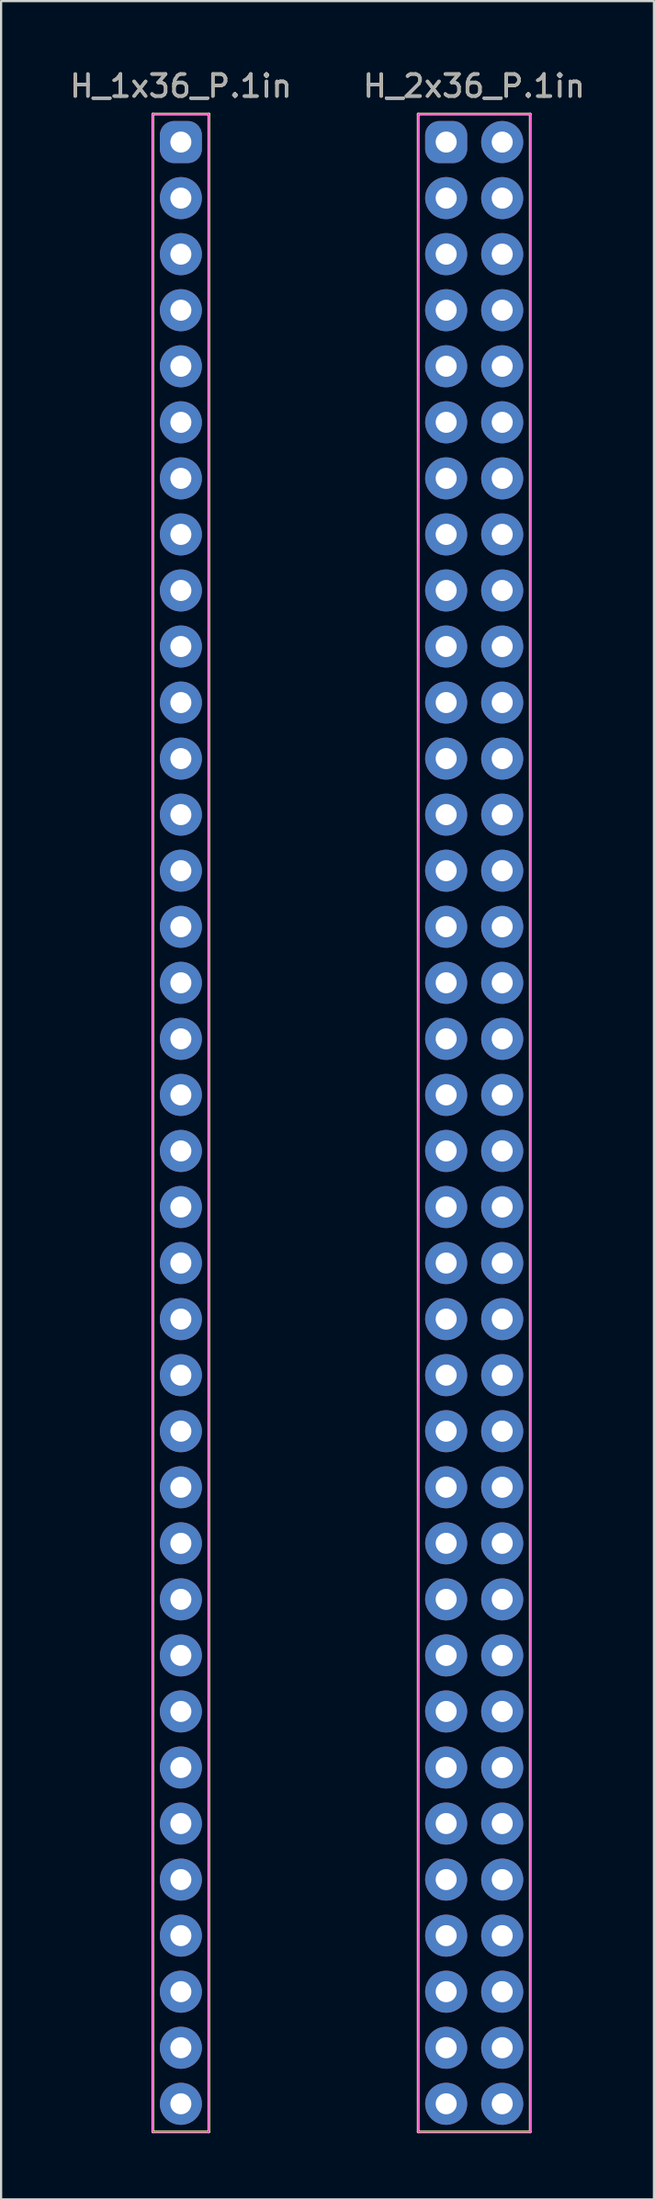
<source format=kicad_pcb>
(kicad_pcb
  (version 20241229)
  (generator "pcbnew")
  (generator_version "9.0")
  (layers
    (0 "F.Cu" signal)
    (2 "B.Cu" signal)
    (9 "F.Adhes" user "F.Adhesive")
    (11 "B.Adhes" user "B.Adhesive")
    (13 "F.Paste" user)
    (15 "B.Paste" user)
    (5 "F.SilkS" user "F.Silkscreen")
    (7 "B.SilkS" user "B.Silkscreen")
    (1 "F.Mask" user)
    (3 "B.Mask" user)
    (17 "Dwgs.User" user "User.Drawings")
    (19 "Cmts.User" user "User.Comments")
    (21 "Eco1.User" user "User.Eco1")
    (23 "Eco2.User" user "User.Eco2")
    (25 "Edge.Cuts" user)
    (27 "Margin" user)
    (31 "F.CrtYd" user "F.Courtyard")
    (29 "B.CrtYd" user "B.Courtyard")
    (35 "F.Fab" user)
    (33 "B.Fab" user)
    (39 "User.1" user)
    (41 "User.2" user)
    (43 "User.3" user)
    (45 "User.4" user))
  (footprint "H_1x36_P.1in"
    (layer "F.Cu")
    (at 5.149 3.388)
    (property "Reference" "H_1x36_P.1in" (at 0 -2.54 0) (layer "F.SilkS") (effects (font (size 1 1) (thickness 0.15))))
    (attr through_hole)
    (fp_line (start -1.27 -1.27) (end 1.27 -1.27) (stroke (width 0.12) (type solid)) (layer "F.SilkS"))
    (fp_line (start -1.27 90.17) (end -1.27 -1.27) (stroke (width 0.12) (type solid)) (layer "F.SilkS"))
    (fp_line (start -1.27 90.17) (end 1.27 90.17) (stroke (width 0.12) (type solid)) (layer "F.SilkS"))
    (fp_line (start 1.27 90.17) (end 1.27 -1.27) (stroke (width 0.12) (type solid)) (layer "F.SilkS"))
    (fp_line (start -1.27 -1.27) (end 1.27 -1.27) (stroke (width 0.05) (type solid)) (layer "F.CrtYd"))
    (fp_line (start -1.27 90.17) (end -1.27 -1.27) (stroke (width 0.05) (type solid)) (layer "F.CrtYd"))
    (fp_line (start -1.27 90.17) (end 1.27 90.17) (stroke (width 0.05) (type solid)) (layer "F.CrtYd"))
    (fp_line (start 1.27 -1.27) (end 1.27 90.17) (stroke (width 0.05) (type solid)) (layer "F.CrtYd"))
    (fp_text user "${REFERENCE}" (at 0 -2.54 180) (layer "F.Fab") (effects (font (size 1 1) (thickness 0.15))))
    (pad "1" thru_hole roundrect (at 0 0 270) (size 1.905 1.905) (drill 0.953) (layers "*.Cu" "*.Mask") (roundrect_rratio 0.333))
    (pad "2" thru_hole circle (at 0 2.54 270) (size 1.905 1.905) (drill 0.953) (layers "*.Cu" "*.Mask"))
    (pad "3" thru_hole circle (at 0 5.08 270) (size 1.905 1.905) (drill 0.953) (layers "*.Cu" "*.Mask"))
    (pad "4" thru_hole circle (at 0 7.62 270) (size 1.905 1.905) (drill 0.953) (layers "*.Cu" "*.Mask"))
    (pad "5" thru_hole circle (at 0 10.16 270) (size 1.905 1.905) (drill 0.953) (layers "*.Cu" "*.Mask"))
    (pad "6" thru_hole circle (at 0 12.7 270) (size 1.905 1.905) (drill 0.953) (layers "*.Cu" "*.Mask"))
    (pad "7" thru_hole circle (at 0 15.24 270) (size 1.905 1.905) (drill 0.953) (layers "*.Cu" "*.Mask"))
    (pad "8" thru_hole circle (at 0 17.78 270) (size 1.905 1.905) (drill 0.953) (layers "*.Cu" "*.Mask"))
    (pad "9" thru_hole circle (at 0 20.32 270) (size 1.905 1.905) (drill 0.953) (layers "*.Cu" "*.Mask"))
    (pad "10" thru_hole circle (at 0 22.86 270) (size 1.905 1.905) (drill 0.953) (layers "*.Cu" "*.Mask"))
    (pad "11" thru_hole circle (at 0 25.4 270) (size 1.905 1.905) (drill 0.953) (layers "*.Cu" "*.Mask"))
    (pad "12" thru_hole circle (at 0 27.94 270) (size 1.905 1.905) (drill 0.953) (layers "*.Cu" "*.Mask"))
    (pad "13" thru_hole circle (at 0 30.48 270) (size 1.905 1.905) (drill 0.953) (layers "*.Cu" "*.Mask"))
    (pad "14" thru_hole circle (at 0 33.02 270) (size 1.905 1.905) (drill 0.953) (layers "*.Cu" "*.Mask"))
    (pad "15" thru_hole circle (at 0 35.56 270) (size 1.905 1.905) (drill 0.953) (layers "*.Cu" "*.Mask"))
    (pad "16" thru_hole circle (at 0 38.1 270) (size 1.905 1.905) (drill 0.953) (layers "*.Cu" "*.Mask"))
    (pad "17" thru_hole circle (at 0 40.64 270) (size 1.905 1.905) (drill 0.953) (layers "*.Cu" "*.Mask"))
    (pad "18" thru_hole circle (at 0 43.18 270) (size 1.905 1.905) (drill 0.953) (layers "*.Cu" "*.Mask"))
    (pad "19" thru_hole circle (at 0 45.72 270) (size 1.905 1.905) (drill 0.953) (layers "*.Cu" "*.Mask"))
    (pad "20" thru_hole circle (at 0 48.26 270) (size 1.905 1.905) (drill 0.953) (layers "*.Cu" "*.Mask"))
    (pad "21" thru_hole circle (at 0 50.8 270) (size 1.905 1.905) (drill 0.953) (layers "*.Cu" "*.Mask"))
    (pad "22" thru_hole circle (at 0 53.34 270) (size 1.905 1.905) (drill 0.953) (layers "*.Cu" "*.Mask"))
    (pad "23" thru_hole circle (at 0 55.88 270) (size 1.905 1.905) (drill 0.953) (layers "*.Cu" "*.Mask"))
    (pad "24" thru_hole circle (at 0 58.42 270) (size 1.905 1.905) (drill 0.953) (layers "*.Cu" "*.Mask"))
    (pad "25" thru_hole circle (at 0 60.96 270) (size 1.905 1.905) (drill 0.953) (layers "*.Cu" "*.Mask"))
    (pad "26" thru_hole circle (at 0 63.5 270) (size 1.905 1.905) (drill 0.953) (layers "*.Cu" "*.Mask"))
    (pad "27" thru_hole circle (at 0 66.04 270) (size 1.905 1.905) (drill 0.953) (layers "*.Cu" "*.Mask"))
    (pad "28" thru_hole circle (at 0 68.58 270) (size 1.905 1.905) (drill 0.953) (layers "*.Cu" "*.Mask"))
    (pad "29" thru_hole circle (at 0 71.12 270) (size 1.905 1.905) (drill 0.953) (layers "*.Cu" "*.Mask"))
    (pad "30" thru_hole circle (at 0 73.66 270) (size 1.905 1.905) (drill 0.953) (layers "*.Cu" "*.Mask"))
    (pad "31" thru_hole circle (at 0 76.2 270) (size 1.905 1.905) (drill 0.953) (layers "*.Cu" "*.Mask"))
    (pad "32" thru_hole circle (at 0 78.74 270) (size 1.905 1.905) (drill 0.953) (layers "*.Cu" "*.Mask"))
    (pad "33" thru_hole circle (at 0 81.28 270) (size 1.905 1.905) (drill 0.953) (layers "*.Cu" "B.Mask"))
    (pad "34" thru_hole circle (at 0 83.82 270) (size 1.905 1.905) (drill 0.953) (layers "*.Cu" "*.Mask"))
    (pad "35" thru_hole circle (at 0 86.36 270) (size 1.905 1.905) (drill 0.953) (layers "*.Cu" "*.Mask"))
    (pad "36" thru_hole circle (at 0 88.9 270) (size 1.905 1.905) (drill 0.953) (layers "*.Cu" "*.Mask")))
  (footprint "H_2x36_P.1in"
    (layer "F.Cu")
    (at 17.176 3.388)
    (property "Reference" "H_2x36_P.1in" (at 1.27 -2.54 0) (layer "F.SilkS") (effects (font (size 1 1) (thickness 0.15))))
    (attr through_hole)
    (fp_line (start -1.27 -1.27) (end 3.81 -1.27) (stroke (width 0.12) (type solid)) (layer "F.SilkS"))
    (fp_line (start -1.27 90.17) (end -1.27 -1.27) (stroke (width 0.12) (type solid)) (layer "F.SilkS"))
    (fp_line (start -1.27 90.17) (end 3.81 90.17) (stroke (width 0.12) (type solid)) (layer "F.SilkS"))
    (fp_line (start 3.81 90.17) (end 3.81 -1.27) (stroke (width 0.12) (type solid)) (layer "F.SilkS"))
    (fp_line (start -1.27 -1.27) (end 3.81 -1.27) (stroke (width 0.05) (type solid)) (layer "F.CrtYd"))
    (fp_line (start -1.27 90.17) (end -1.27 -1.27) (stroke (width 0.05) (type solid)) (layer "F.CrtYd"))
    (fp_line (start -1.27 90.17) (end 3.81 90.17) (stroke (width 0.05) (type solid)) (layer "F.CrtYd"))
    (fp_line (start 3.81 -1.27) (end 3.81 90.17) (stroke (width 0.05) (type solid)) (layer "F.CrtYd"))
    (fp_text user "${REFERENCE}" (at 1.27 -2.54 180) (layer "F.Fab") (effects (font (size 1 1) (thickness 0.15))))
    (pad "1" thru_hole roundrect (at 0 0 270) (size 1.905 1.905) (drill 0.953) (layers "*.Cu" "*.Mask") (roundrect_rratio 0.333))
    (pad "2" thru_hole circle (at 0 2.54 270) (size 1.905 1.905) (drill 0.953) (layers "*.Cu" "*.Mask"))
    (pad "3" thru_hole circle (at 0 5.08 270) (size 1.905 1.905) (drill 0.953) (layers "*.Cu" "*.Mask"))
    (pad "4" thru_hole circle (at 0 7.62 270) (size 1.905 1.905) (drill 0.953) (layers "*.Cu" "*.Mask"))
    (pad "5" thru_hole circle (at 0 10.16 270) (size 1.905 1.905) (drill 0.953) (layers "*.Cu" "*.Mask"))
    (pad "6" thru_hole circle (at 0 12.7 270) (size 1.905 1.905) (drill 0.953) (layers "*.Cu" "*.Mask"))
    (pad "7" thru_hole circle (at 0 15.24 270) (size 1.905 1.905) (drill 0.953) (layers "*.Cu" "*.Mask"))
    (pad "8" thru_hole circle (at 0 17.78 270) (size 1.905 1.905) (drill 0.953) (layers "*.Cu" "*.Mask"))
    (pad "9" thru_hole circle (at 0 20.32 270) (size 1.905 1.905) (drill 0.953) (layers "*.Cu" "*.Mask"))
    (pad "10" thru_hole circle (at 0 22.86 270) (size 1.905 1.905) (drill 0.953) (layers "*.Cu" "*.Mask"))
    (pad "11" thru_hole circle (at 0 25.4 270) (size 1.905 1.905) (drill 0.953) (layers "*.Cu" "*.Mask"))
    (pad "12" thru_hole circle (at 0 27.94 270) (size 1.905 1.905) (drill 0.953) (layers "*.Cu" "*.Mask"))
    (pad "13" thru_hole circle (at 0 30.48 270) (size 1.905 1.905) (drill 0.953) (layers "*.Cu" "*.Mask"))
    (pad "14" thru_hole circle (at 0 33.02 270) (size 1.905 1.905) (drill 0.953) (layers "*.Cu" "*.Mask"))
    (pad "15" thru_hole circle (at 0 35.56 270) (size 1.905 1.905) (drill 0.953) (layers "*.Cu" "*.Mask"))
    (pad "16" thru_hole circle (at 0 38.1 270) (size 1.905 1.905) (drill 0.953) (layers "*.Cu" "*.Mask"))
    (pad "17" thru_hole circle (at 0 40.64 270) (size 1.905 1.905) (drill 0.953) (layers "*.Cu" "*.Mask"))
    (pad "18" thru_hole circle (at 0 43.18 270) (size 1.905 1.905) (drill 0.953) (layers "*.Cu" "*.Mask"))
    (pad "19" thru_hole circle (at 0 45.72 270) (size 1.905 1.905) (drill 0.953) (layers "*.Cu" "*.Mask"))
    (pad "20" thru_hole circle (at 0 48.26 270) (size 1.905 1.905) (drill 0.953) (layers "*.Cu" "*.Mask"))
    (pad "21" thru_hole circle (at 0 50.8 270) (size 1.905 1.905) (drill 0.953) (layers "*.Cu" "*.Mask"))
    (pad "22" thru_hole circle (at 0 53.34 270) (size 1.905 1.905) (drill 0.953) (layers "*.Cu" "*.Mask"))
    (pad "23" thru_hole circle (at 0 55.88 270) (size 1.905 1.905) (drill 0.953) (layers "*.Cu" "*.Mask"))
    (pad "24" thru_hole circle (at 0 58.42 270) (size 1.905 1.905) (drill 0.953) (layers "*.Cu" "*.Mask"))
    (pad "25" thru_hole circle (at 0 60.96 270) (size 1.905 1.905) (drill 0.953) (layers "*.Cu" "*.Mask"))
    (pad "26" thru_hole circle (at 0 63.5 270) (size 1.905 1.905) (drill 0.953) (layers "*.Cu" "*.Mask"))
    (pad "27" thru_hole circle (at 0 66.04 270) (size 1.905 1.905) (drill 0.953) (layers "*.Cu" "*.Mask"))
    (pad "28" thru_hole circle (at 0 68.58 270) (size 1.905 1.905) (drill 0.953) (layers "*.Cu" "*.Mask"))
    (pad "29" thru_hole circle (at 0 71.12 270) (size 1.905 1.905) (drill 0.953) (layers "*.Cu" "*.Mask"))
    (pad "30" thru_hole circle (at 0 73.66 270) (size 1.905 1.905) (drill 0.953) (layers "*.Cu" "*.Mask"))
    (pad "31" thru_hole circle (at 0 76.2 270) (size 1.905 1.905) (drill 0.953) (layers "*.Cu" "*.Mask"))
    (pad "32" thru_hole circle (at 0 78.74 270) (size 1.905 1.905) (drill 0.953) (layers "*.Cu" "*.Mask"))
    (pad "33" thru_hole circle (at 0 81.28 270) (size 1.905 1.905) (drill 0.953) (layers "*.Cu" "B.Mask"))
    (pad "34" thru_hole circle (at 0 83.82 270) (size 1.905 1.905) (drill 0.953) (layers "*.Cu" "*.Mask"))
    (pad "35" thru_hole circle (at 0 86.36 270) (size 1.905 1.905) (drill 0.953) (layers "*.Cu" "*.Mask"))
    (pad "36" thru_hole circle (at 0 88.9 270) (size 1.905 1.905) (drill 0.953) (layers "*.Cu" "*.Mask"))
    (pad "37" thru_hole circle (at 2.54 88.9 90) (size 1.905 1.905) (drill 0.953) (layers "*.Cu" "*.Mask"))
    (pad "38" thru_hole circle (at 2.54 86.36 90) (size 1.905 1.905) (drill 0.953) (layers "*.Cu" "*.Mask"))
    (pad "39" thru_hole circle (at 2.54 83.82 90) (size 1.905 1.905) (drill 0.953) (layers "*.Cu" "B.Mask"))
    (pad "40" thru_hole circle (at 2.54 81.28 90) (size 1.905 1.905) (drill 0.953) (layers "*.Cu" "*.Mask"))
    (pad "41" thru_hole circle (at 2.54 78.74 90) (size 1.905 1.905) (drill 0.953) (layers "*.Cu" "*.Mask"))
    (pad "42" thru_hole circle (at 2.54 76.2 90) (size 1.905 1.905) (drill 0.953) (layers "*.Cu" "*.Mask"))
    (pad "43" thru_hole circle (at 2.54 73.66 90) (size 1.905 1.905) (drill 0.953) (layers "*.Cu" "*.Mask"))
    (pad "44" thru_hole circle (at 2.54 71.12 90) (size 1.905 1.905) (drill 0.953) (layers "*.Cu" "*.Mask"))
    (pad "45" thru_hole circle (at 2.54 68.58 90) (size 1.905 1.905) (drill 0.953) (layers "*.Cu" "B.Mask"))
    (pad "46" thru_hole circle (at 2.54 66.04 90) (size 1.905 1.905) (drill 0.953) (layers "*.Cu" "*.Mask"))
    (pad "47" thru_hole circle (at 2.54 63.5 90) (size 1.905 1.905) (drill 0.953) (layers "*.Cu" "*.Mask"))
    (pad "48" thru_hole circle (at 2.54 60.96 90) (size 1.905 1.905) (drill 0.953) (layers "*.Cu" "*.Mask"))
    (pad "49" thru_hole circle (at 2.54 58.42 90) (size 1.905 1.905) (drill 0.953) (layers "*.Cu" "*.Mask"))
    (pad "50" thru_hole circle (at 2.54 55.88 90) (size 1.905 1.905) (drill 0.953) (layers "*.Cu" "*.Mask"))
    (pad "51" thru_hole circle (at 2.54 53.34 90) (size 1.905 1.905) (drill 0.953) (layers "*.Cu" "B.Mask"))
    (pad "52" thru_hole circle (at 2.54 50.8 90) (size 1.905 1.905) (drill 0.953) (layers "*.Cu" "B.Mask"))
    (pad "53" thru_hole circle (at 2.54 48.26 90) (size 1.905 1.905) (drill 0.953) (layers "*.Cu" "B.Mask"))
    (pad "54" thru_hole circle (at 2.54 45.72 270) (size 1.905 1.905) (drill 0.953) (layers "*.Cu" "*.Mask"))
    (pad "55" thru_hole circle (at 2.54 43.18 270) (size 1.905 1.905) (drill 0.953) (layers "*.Cu" "*.Mask"))
    (pad "56" thru_hole circle (at 2.54 40.64 270) (size 1.905 1.905) (drill 0.953) (layers "*.Cu" "*.Mask"))
    (pad "57" thru_hole circle (at 2.54 38.1 270) (size 1.905 1.905) (drill 0.953) (layers "*.Cu" "*.Mask"))
    (pad "58" thru_hole circle (at 2.54 35.56 270) (size 1.905 1.905) (drill 0.953) (layers "*.Cu" "*.Mask"))
    (pad "59" thru_hole circle (at 2.54 33.02 270) (size 1.905 1.905) (drill 0.953) (layers "*.Cu" "*.Mask"))
    (pad "60" thru_hole circle (at 2.54 30.48 270) (size 1.905 1.905) (drill 0.953) (layers "*.Cu" "*.Mask"))
    (pad "61" thru_hole circle (at 2.54 27.94 270) (size 1.905 1.905) (drill 0.953) (layers "*.Cu" "*.Mask"))
    (pad "62" thru_hole circle (at 2.54 25.4 270) (size 1.905 1.905) (drill 0.953) (layers "*.Cu" "*.Mask"))
    (pad "63" thru_hole circle (at 2.54 22.86 270) (size 1.905 1.905) (drill 0.953) (layers "*.Cu" "*.Mask"))
    (pad "64" thru_hole circle (at 2.54 20.32 270) (size 1.905 1.905) (drill 0.953) (layers "*.Cu" "*.Mask"))
    (pad "65" thru_hole circle (at 2.54 17.78 270) (size 1.905 1.905) (drill 0.953) (layers "*.Cu" "*.Mask"))
    (pad "66" thru_hole circle (at 2.54 15.24 270) (size 1.905 1.905) (drill 0.953) (layers "*.Cu" "*.Mask"))
    (pad "67" thru_hole circle (at 2.54 12.7 270) (size 1.905 1.905) (drill 0.953) (layers "*.Cu" "*.Mask"))
    (pad "68" thru_hole circle (at 2.54 10.16 270) (size 1.905 1.905) (drill 0.953) (layers "*.Cu" "*.Mask"))
    (pad "69" thru_hole circle (at 2.54 7.62 270) (size 1.905 1.905) (drill 0.953) (layers "*.Cu" "*.Mask"))
    (pad "70" thru_hole circle (at 2.54 5.08 270) (size 1.905 1.905) (drill 0.953) (layers "*.Cu" "*.Mask"))
    (pad "71" thru_hole circle (at 2.54 2.54 270) (size 1.905 1.905) (drill 0.953) (layers "*.Cu" "*.Mask"))
    (pad "72" thru_hole circle (at 2.54 0 90) (size 1.905 1.905) (drill 0.953) (layers "*.Cu" "B.Mask")))
  (gr_rect
    (start -3 -3)
    (end 26.595 96.618)
    (stroke (width 0.1) (type default))
    (fill no)
    (layer "Edge.Cuts")))
</source>
